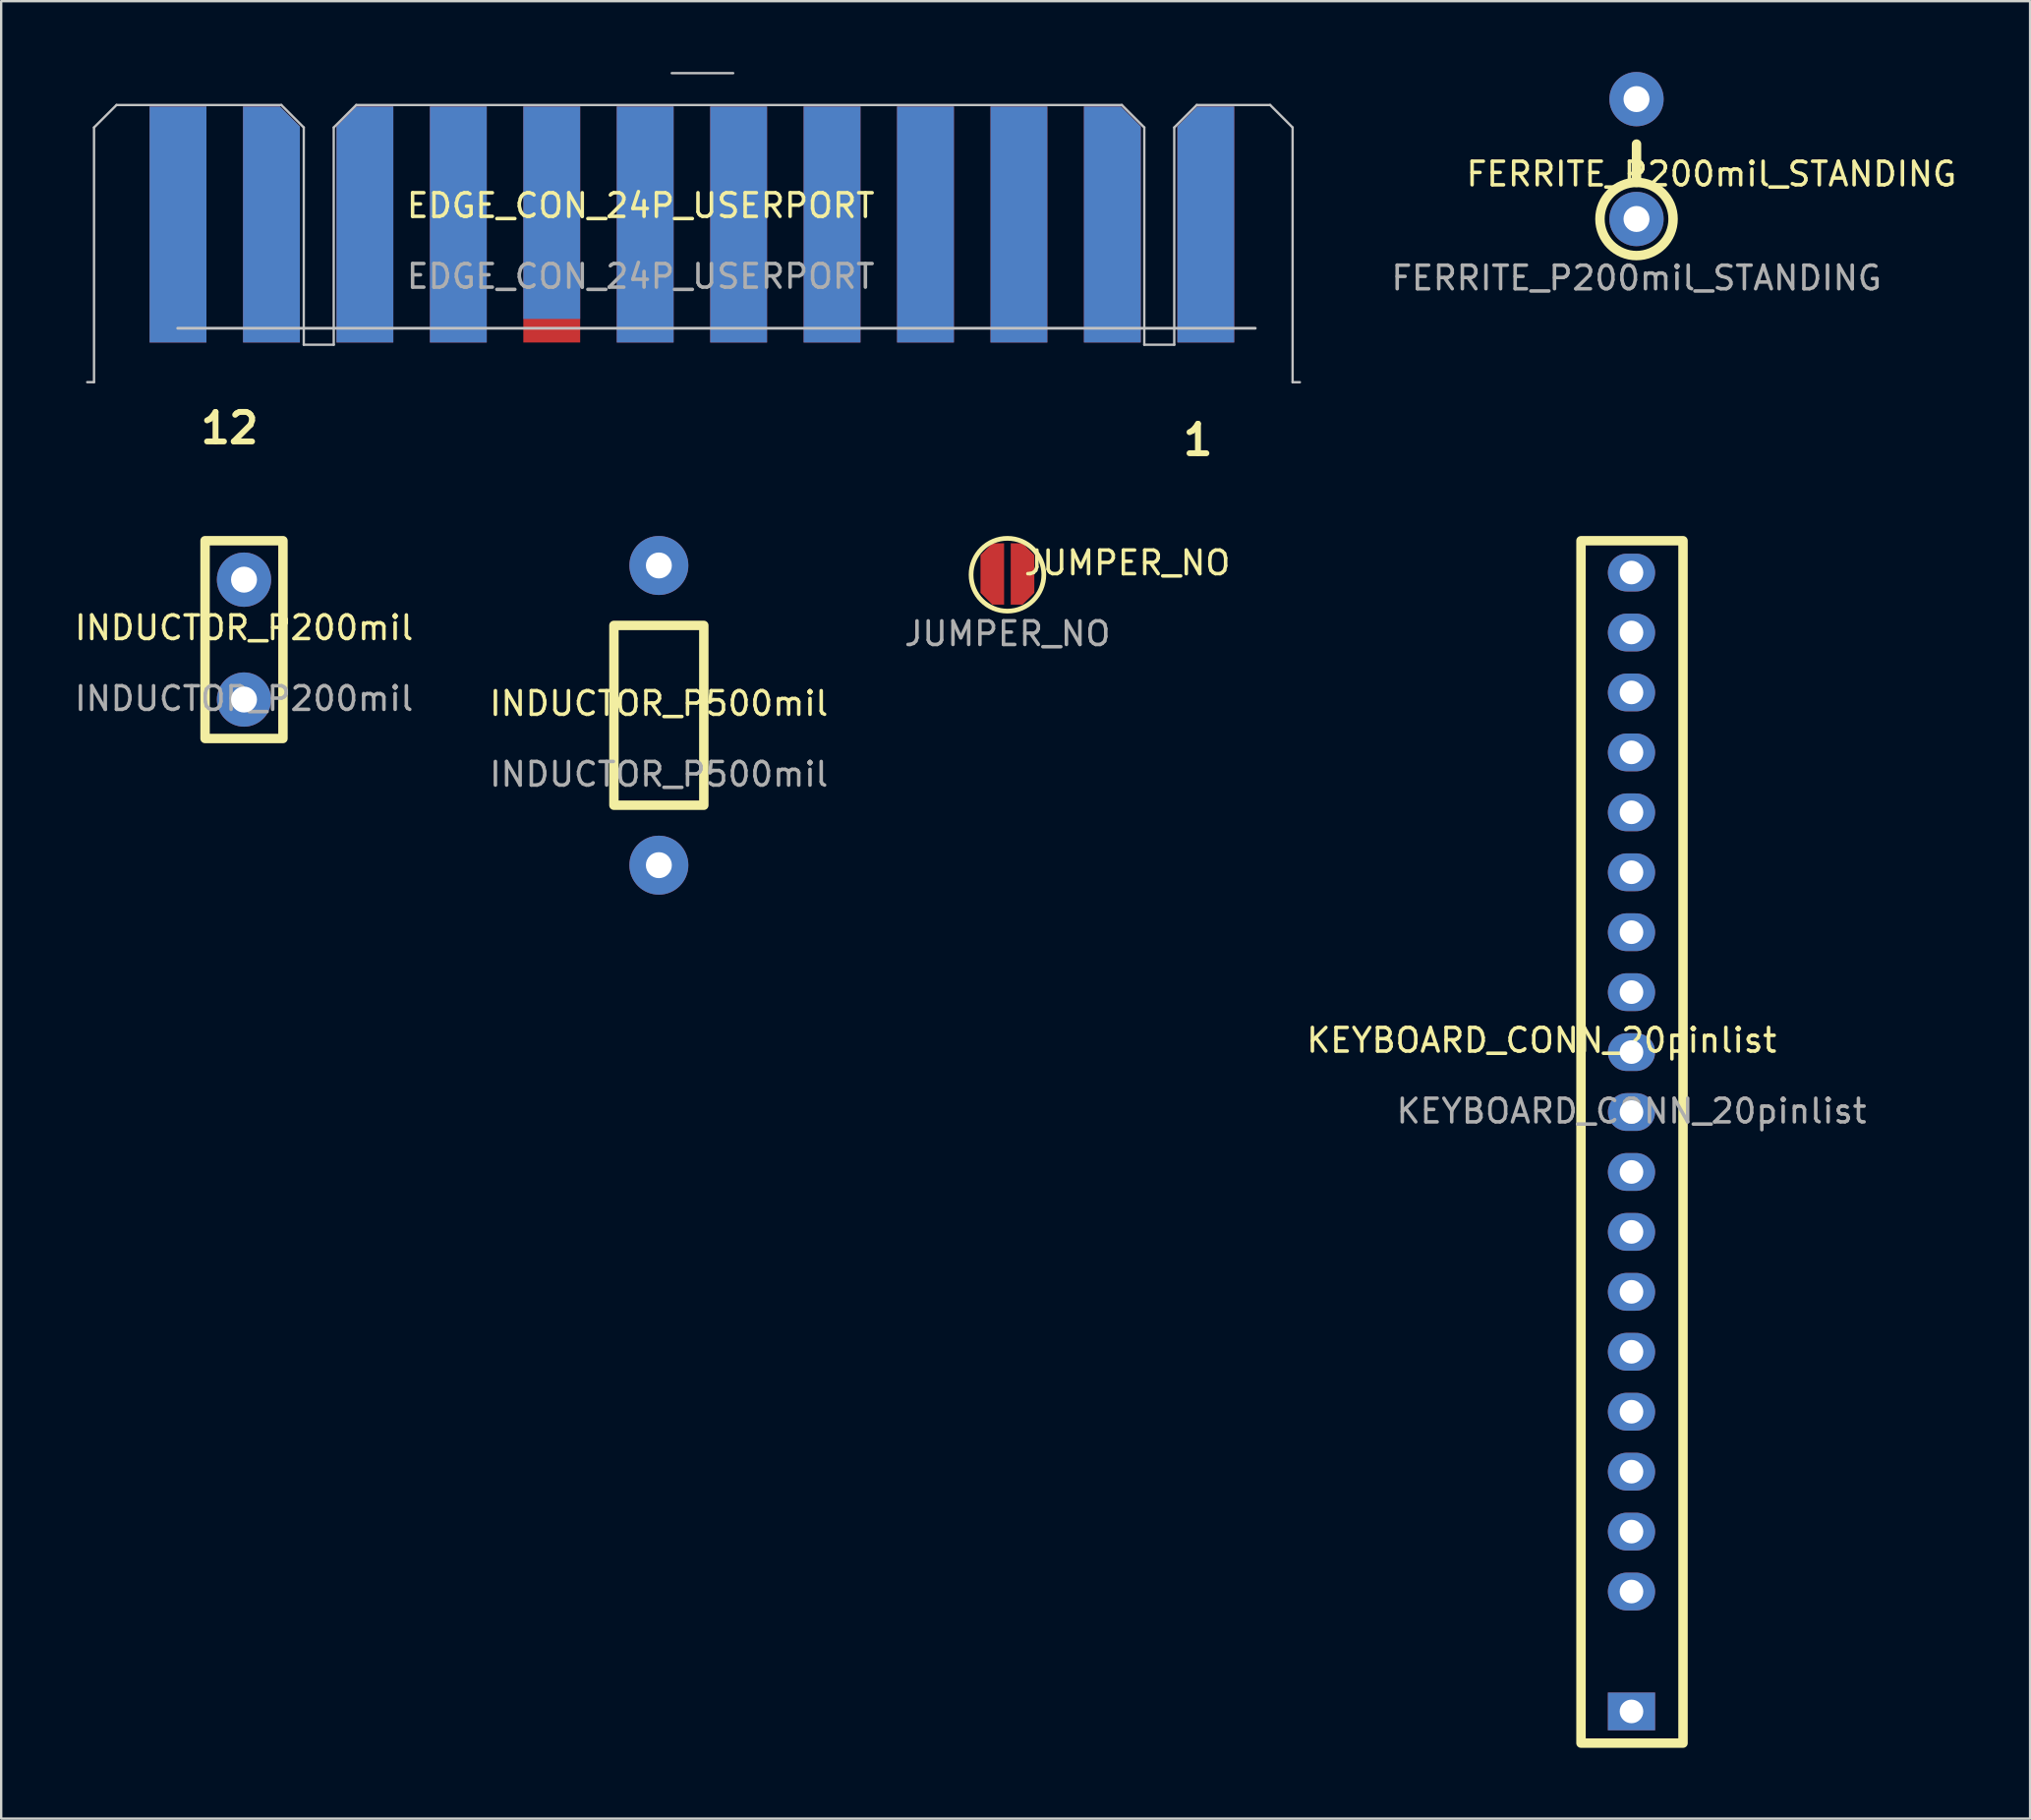
<source format=kicad_pcb>
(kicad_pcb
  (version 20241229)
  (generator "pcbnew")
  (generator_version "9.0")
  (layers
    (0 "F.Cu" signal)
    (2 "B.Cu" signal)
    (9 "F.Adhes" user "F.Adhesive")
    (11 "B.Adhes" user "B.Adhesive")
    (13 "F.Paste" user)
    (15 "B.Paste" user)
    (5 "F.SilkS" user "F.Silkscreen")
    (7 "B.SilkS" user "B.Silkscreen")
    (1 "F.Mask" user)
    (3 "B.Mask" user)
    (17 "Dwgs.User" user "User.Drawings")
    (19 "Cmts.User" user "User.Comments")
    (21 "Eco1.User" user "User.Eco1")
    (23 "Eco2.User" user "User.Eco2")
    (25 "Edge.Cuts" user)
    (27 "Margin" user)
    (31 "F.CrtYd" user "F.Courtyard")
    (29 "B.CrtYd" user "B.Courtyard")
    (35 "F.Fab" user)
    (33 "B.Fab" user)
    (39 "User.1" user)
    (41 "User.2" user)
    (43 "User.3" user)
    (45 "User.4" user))
  (footprint "INDUCTOR_P500mil"
    (layer "F.Cu")
    (at 24.875 27.262)
    (property "Reference" "INDUCTOR_P500mil" (at 0 -0.5 0) (unlocked yes) (layer "F.SilkS") (effects (font (size 1 1) (thickness 0.15))))
    (attr through_hole)
    (fp_rect (start -1.905 -3.81) (end 1.905 3.81) (stroke (width 0.4) (type default)) (fill no) (layer "F.SilkS"))
    (fp_text user "${REFERENCE}" (at 0 2.5 0) (unlocked yes) (layer "F.Fab") (effects (font (size 1 1) (thickness 0.15))))
    (pad "1" thru_hole circle (at 0 -6.35) (size 2.5 2.5) (drill 1.1) (layers "*.Cu" "*.Mask"))
    (pad "2" thru_hole circle (at 0 6.35) (size 2.5 2.5) (drill 1.1) (layers "*.Cu" "*.Mask")))
  (footprint "JUMPER_NO"
    (layer "F.Cu")
    (at 39.649 21.304)
    (property "Reference" "JUMPER_NO" (at 5.08 -0.5 0) (unlocked yes) (layer "F.SilkS") (effects (font (size 1 1) (thickness 0.15))))
    (attr smd)
    (fp_rect (start -0.269 -1.333) (end 0.266 1.27) (stroke (width 0.000025) (type solid)) (fill yes) (layer "F.Mask"))
    (fp_circle (center 0 0) (end 1.542 0) (stroke (width 0.2) (type default)) (fill no) (layer "F.SilkS"))
    (fp_text user "${REFERENCE}" (at 0 2.5 0) (unlocked yes) (layer "F.Fab") (effects (font (size 1 1) (thickness 0.15))))
    (pad "1" smd roundrect (at -0.642 -0.033) (size 1 2.6) (layers "F.Cu" "F.Mask" "F.Paste") (roundrect_rratio 0) (chamfer_ratio 0.5) (chamfer top_left bottom_left))
    (pad "2" smd roundrect (at 0.639 -0.033 180) (size 1 2.6) (layers "F.Cu" "F.Mask" "F.Paste") (roundrect_rratio 0) (chamfer_ratio 0.5) (chamfer top_left bottom_left)))
  (footprint "INDUCTOR_P200mil"
    (layer "F.Cu")
    (at 7.292 24.053)
    (property "Reference" "INDUCTOR_P200mil" (at 0 -0.5 0) (unlocked yes) (layer "F.SilkS") (effects (font (size 1 1) (thickness 0.15))))
    (attr through_hole)
    (fp_rect (start -1.651 -4.191) (end 1.651 4.191) (stroke (width 0.4) (type default)) (fill no) (layer "F.SilkS"))
    (fp_text user "${REFERENCE}" (at 0 2.5 0) (unlocked yes) (layer "F.Fab") (effects (font (size 1 1) (thickness 0.15))))
    (pad "1" thru_hole circle (at 0 -2.54) (size 2.3 2.3) (drill 1.1) (layers "*.Cu" "*.Mask"))
    (pad "2" thru_hole circle (at 0 2.54) (size 2.3 2.3) (drill 1.1) (layers "*.Cu" "*.Mask")))
  (footprint "EDGE_CON_24P_USERPORT"
    (layer "F.Cu")
    (at 24.104 6.162)
    (property "Reference" "EDGE_CON_24P_USERPORT" (at 0 -0.5 0) (unlocked yes) (layer "F.SilkS") (effects (font (size 1 1) (thickness 0.15))))
    (attr smd)
    (fp_poly (pts (xy -24.054 -5.487) (xy 28.651 -5.487) (xy 28.651 5.942) (xy -24.054 5.942)) (stroke (width 0.1) (type solid)) (fill yes) (layer "F.Mask"))
    (fp_poly (pts (xy -24.054 5.942) (xy 28.651 5.942) (xy 28.651 -5.487) (xy -24.054 -5.487)) (stroke (width 0.1) (type solid)) (fill yes) (layer "B.Mask"))
    (fp_line (start -23.169 -3.81) (end -22.216 -4.763) (stroke (width 0.1) (type solid)) (layer "Dwgs.User"))
    (fp_line (start -23.169 6.982) (end -23.457 6.982) (stroke (width 0.1) (type solid)) (layer "Dwgs.User"))
    (fp_line (start -23.169 6.982) (end -23.169 -3.81) (stroke (width 0.1) (type solid)) (layer "Dwgs.User"))
    (fp_line (start -22.216 -4.763) (end -15.231 -4.763) (stroke (width 0.1) (type solid)) (layer "Dwgs.User"))
    (fp_line (start -19.622 4.697) (end 26.048 4.697) (stroke (width 0.12) (type solid)) (layer "Dwgs.User"))
    (fp_line (start -15.231 -4.763) (end -14.279 -3.81) (stroke (width 0.1) (type solid)) (layer "Dwgs.User"))
    (fp_line (start -14.279 -3.81) (end -14.279 5.397) (stroke (width 0.1) (type solid)) (layer "Dwgs.User"))
    (fp_line (start -14.279 5.397) (end -13.009 5.397) (stroke (width 0.1) (type solid)) (layer "Dwgs.User"))
    (fp_line (start -13.009 -3.81) (end -12.056 -4.763) (stroke (width 0.1) (type solid)) (layer "Dwgs.User"))
    (fp_line (start -13.009 5.397) (end -13.009 -3.81) (stroke (width 0.1) (type solid)) (layer "Dwgs.User"))
    (fp_line (start -12.056 -4.763) (end 20.392 -4.763) (stroke (width 0.1) (type solid)) (layer "Dwgs.User"))
    (fp_line (start 1.317 -6.112) (end 3.921 -6.112) (stroke (width 0.1) (type default)) (layer "Dwgs.User"))
    (fp_line (start 21.345 -3.81) (end 20.392 -4.763) (stroke (width 0.1) (type solid)) (layer "Dwgs.User"))
    (fp_line (start 21.345 -3.81) (end 21.345 5.397) (stroke (width 0.1) (type solid)) (layer "Dwgs.User"))
    (fp_line (start 21.345 5.397) (end 22.615 5.397) (stroke (width 0.1) (type solid)) (layer "Dwgs.User"))
    (fp_line (start 22.615 -3.81) (end 23.567 -4.763) (stroke (width 0.1) (type solid)) (layer "Dwgs.User"))
    (fp_line (start 22.615 5.397) (end 22.615 -3.81) (stroke (width 0.1) (type solid)) (layer "Dwgs.User"))
    (fp_line (start 23.567 -4.763) (end 26.679 -4.763) (stroke (width 0.1) (type solid)) (layer "Dwgs.User"))
    (fp_line (start 26.679 -4.763) (end 27.631 -3.81) (stroke (width 0.1) (type solid)) (layer "Dwgs.User"))
    (fp_line (start 27.631 -3.81) (end 27.631 6.985) (stroke (width 0.1) (type solid)) (layer "Dwgs.User"))
    (fp_line (start 27.631 6.985) (end 27.94 6.985) (stroke (width 0.1) (type solid)) (layer "Dwgs.User"))
    (fp_text user "12" (at -18.779 9.66 0) (unlocked yes) (layer "F.SilkS") (effects (font (size 1.25 1.25) (thickness 0.25) (bold yes)) (justify left bottom)))
    (fp_text user "1" (at 22.86 10.16 0) (unlocked yes) (layer "F.SilkS") (effects (font (size 1.25 1.25) (thickness 0.25) (bold yes)) (justify left bottom)))
    (fp_text user "${REFERENCE}" (at 0 2.5 0) (unlocked yes) (layer "F.Fab") (effects (font (size 1 1) (thickness 0.15))))
    (pad "1" smd roundrect (at 23.951 0.302) (size 2.41 10) (layers "F.Cu" "F.Mask") (roundrect_rratio 0) (chamfer_ratio 0.35) (chamfer top_left))
    (pad "2" smd roundrect (at 19.991 0.302) (size 2.41 10) (layers "F.Cu" "F.Mask") (roundrect_rratio 0) (chamfer_ratio 0.35) (chamfer top_right))
    (pad "3" smd rect (at 16.031 0.302) (size 2.41 10) (layers "F.Cu" "F.Mask"))
    (pad "4" smd rect (at 12.071 0.302) (size 2.41 10) (layers "F.Cu" "F.Mask"))
    (pad "5" smd rect (at 8.111 0.302) (size 2.41 10) (layers "F.Cu" "F.Mask"))
    (pad "6" smd rect (at 4.151 0.302) (size 2.41 10) (layers "F.Cu" "F.Mask"))
    (pad "7" smd rect (at 0.191 0.302) (size 2.41 10) (layers "F.Cu" "F.Mask"))
    (pad "8" smd rect (at -3.769 0.302) (size 2.41 10) (layers "F.Cu" "F.Mask"))
    (pad "9" smd rect (at -7.729 0.302) (size 2.41 10) (layers "F.Cu" "F.Mask"))
    (pad "10" smd roundrect (at -11.689 0.302) (size 2.41 10) (layers "F.Cu" "F.Mask") (roundrect_rratio 0) (chamfer_ratio 0.35) (chamfer top_left))
    (pad "11" smd roundrect (at -15.649 0.302) (size 2.41 10) (layers "F.Cu" "F.Mask") (roundrect_rratio 0) (chamfer_ratio 0.35) (chamfer top_right))
    (pad "12" smd rect (at -19.609 0.302) (size 2.41 10) (layers "F.Cu" "F.Mask"))
    (pad "A" smd roundrect (at 23.951 0.302) (size 2.41 10) (layers "B.Cu" "B.Mask") (roundrect_rratio 0) (chamfer_ratio 0.35) (chamfer top_left))
    (pad "B" smd roundrect (at 19.991 0.302) (size 2.41 10) (layers "B.Cu" "B.Mask") (roundrect_rratio 0) (chamfer_ratio 0.35) (chamfer top_right))
    (pad "C" smd rect (at 16.031 0.302) (size 2.41 10) (layers "B.Cu" "B.Mask"))
    (pad "D" smd rect (at 12.071 0.302) (size 2.41 10) (layers "B.Cu" "B.Mask"))
    (pad "E" smd rect (at 8.111 0.302) (size 2.41 10) (layers "B.Cu" "B.Mask"))
    (pad "F" smd rect (at 4.151 0.302) (size 2.41 10) (layers "B.Cu" "B.Mask"))
    (pad "H" smd rect (at 0.191 0.302) (size 2.41 10) (layers "B.Cu" "B.Mask"))
    (pad "J" smd rect (at -3.769 -0.198) (size 2.41 9) (layers "B.Cu" "B.Mask"))
    (pad "K" smd rect (at -7.729 0.302) (size 2.41 10) (layers "B.Cu" "B.Mask"))
    (pad "L" smd roundrect (at -11.689 0.302) (size 2.41 10) (layers "B.Cu" "B.Mask") (roundrect_rratio 0) (chamfer_ratio 0.35) (chamfer top_left))
    (pad "M" smd roundrect (at -15.649 0.302) (size 2.41 10) (layers "B.Cu" "B.Mask") (roundrect_rratio 0) (chamfer_ratio 0.35) (chamfer top_right))
    (pad "N" smd rect (at -19.609 0.302) (size 2.41 10) (layers "B.Cu" "B.Mask")))
  (footprint "KEYBOARD_CONN_20pinlist"
    (layer "F.Cu")
    (at 66.098 45.342)
    (property "Reference" "KEYBOARD_CONN_20pinlist" (at -3.81 -4.31 0) (unlocked yes) (layer "F.SilkS") (effects (font (size 1 1) (thickness 0.15))))
    (attr through_hole)
    (fp_rect (start -2.14 -25.479) (end 2.184 25.472) (stroke (width 0.4) (type default)) (fill no) (layer "F.SilkS"))
    (fp_text user "${REFERENCE}" (at 0 -1.31 0) (unlocked yes) (layer "F.Fab") (effects (font (size 1 1) (thickness 0.15))))
    (pad "1" thru_hole rect (at 0 24.13) (size 2 1.6) (drill 1) (layers "*.Cu" "*.Mask"))
    (pad "3" thru_hole oval (at 0 19.05) (size 2 1.6) (drill 1) (layers "*.Cu" "*.Mask"))
    (pad "4" thru_hole oval (at 0 16.51) (size 2 1.6) (drill 1) (layers "*.Cu" "*.Mask"))
    (pad "5" thru_hole oval (at 0 13.97) (size 2 1.6) (drill 1) (layers "*.Cu" "*.Mask"))
    (pad "6" thru_hole oval (at 0 11.43) (size 2 1.6) (drill 1) (layers "*.Cu" "*.Mask"))
    (pad "7" thru_hole oval (at 0 8.89) (size 2 1.6) (drill 1) (layers "*.Cu" "*.Mask"))
    (pad "8" thru_hole oval (at 0 6.35) (size 2 1.6) (drill 1) (layers "*.Cu" "*.Mask"))
    (pad "9" thru_hole oval (at 0 3.81) (size 2 1.6) (drill 1) (layers "*.Cu" "*.Mask"))
    (pad "10" thru_hole oval (at 0 1.27) (size 2 1.6) (drill 1) (layers "*.Cu" "*.Mask"))
    (pad "11" thru_hole oval (at 0 -1.27) (size 2 1.6) (drill 1) (layers "*.Cu" "*.Mask"))
    (pad "12" thru_hole oval (at 0 -3.81) (size 2 1.6) (drill 1) (layers "*.Cu" "*.Mask"))
    (pad "13" thru_hole oval (at 0 -6.35) (size 2 1.6) (drill 1) (layers "*.Cu" "*.Mask"))
    (pad "14" thru_hole oval (at 0 -8.89) (size 2 1.6) (drill 1) (layers "*.Cu" "*.Mask"))
    (pad "15" thru_hole oval (at 0 -11.43) (size 2 1.6) (drill 1) (layers "*.Cu" "*.Mask"))
    (pad "16" thru_hole oval (at 0 -13.97) (size 2 1.6) (drill 1) (layers "*.Cu" "*.Mask"))
    (pad "17" thru_hole oval (at 0 -16.51) (size 2 1.6) (drill 1) (layers "*.Cu" "*.Mask"))
    (pad "18" thru_hole oval (at 0 -19.05) (size 2 1.6) (drill 1) (layers "*.Cu" "*.Mask"))
    (pad "19" thru_hole oval (at 0 -21.59) (size 2 1.6) (drill 1) (layers "*.Cu" "*.Mask"))
    (pad "20" thru_hole oval (at 0 -24.13) (size 2 1.6) (drill 1) (layers "*.Cu" "*.Mask")))
  (footprint "FERRITE_P200mil_STANDING"
    (layer "F.Cu")
    (at 66.311 6.23)
    (property "Reference" "FERRITE_P200mil_STANDING" (at 3.175 -1.905 0) (unlocked yes) (layer "F.SilkS") (effects (font (size 1 1) (thickness 0.15))))
    (attr through_hole)
    (fp_line (start 0 -1.55) (end 0 -3.175) (stroke (width 0.4) (type default)) (layer "F.SilkS"))
    (fp_circle (center 0 0) (end 1.55 0) (stroke (width 0.4) (type default)) (fill no) (layer "F.SilkS"))
    (fp_text user "${REFERENCE}" (at 0 2.5 0) (unlocked yes) (layer "F.Fab") (effects (font (size 1 1) (thickness 0.15))))
    (pad "1" thru_hole circle (at 0 -5.08) (size 2.3 2.3) (drill 1.1) (layers "*.Cu" "*.Mask"))
    (pad "2" thru_hole circle (at 0 0) (size 2.3 2.3) (drill 1.1) (layers "*.Cu" "*.Mask")))
  (gr_rect
    (start -3 -3)
    (end 82.992 74.013)
    (stroke (width 0.1) (type default))
    (fill no)
    (layer "Edge.Cuts")))
</source>
